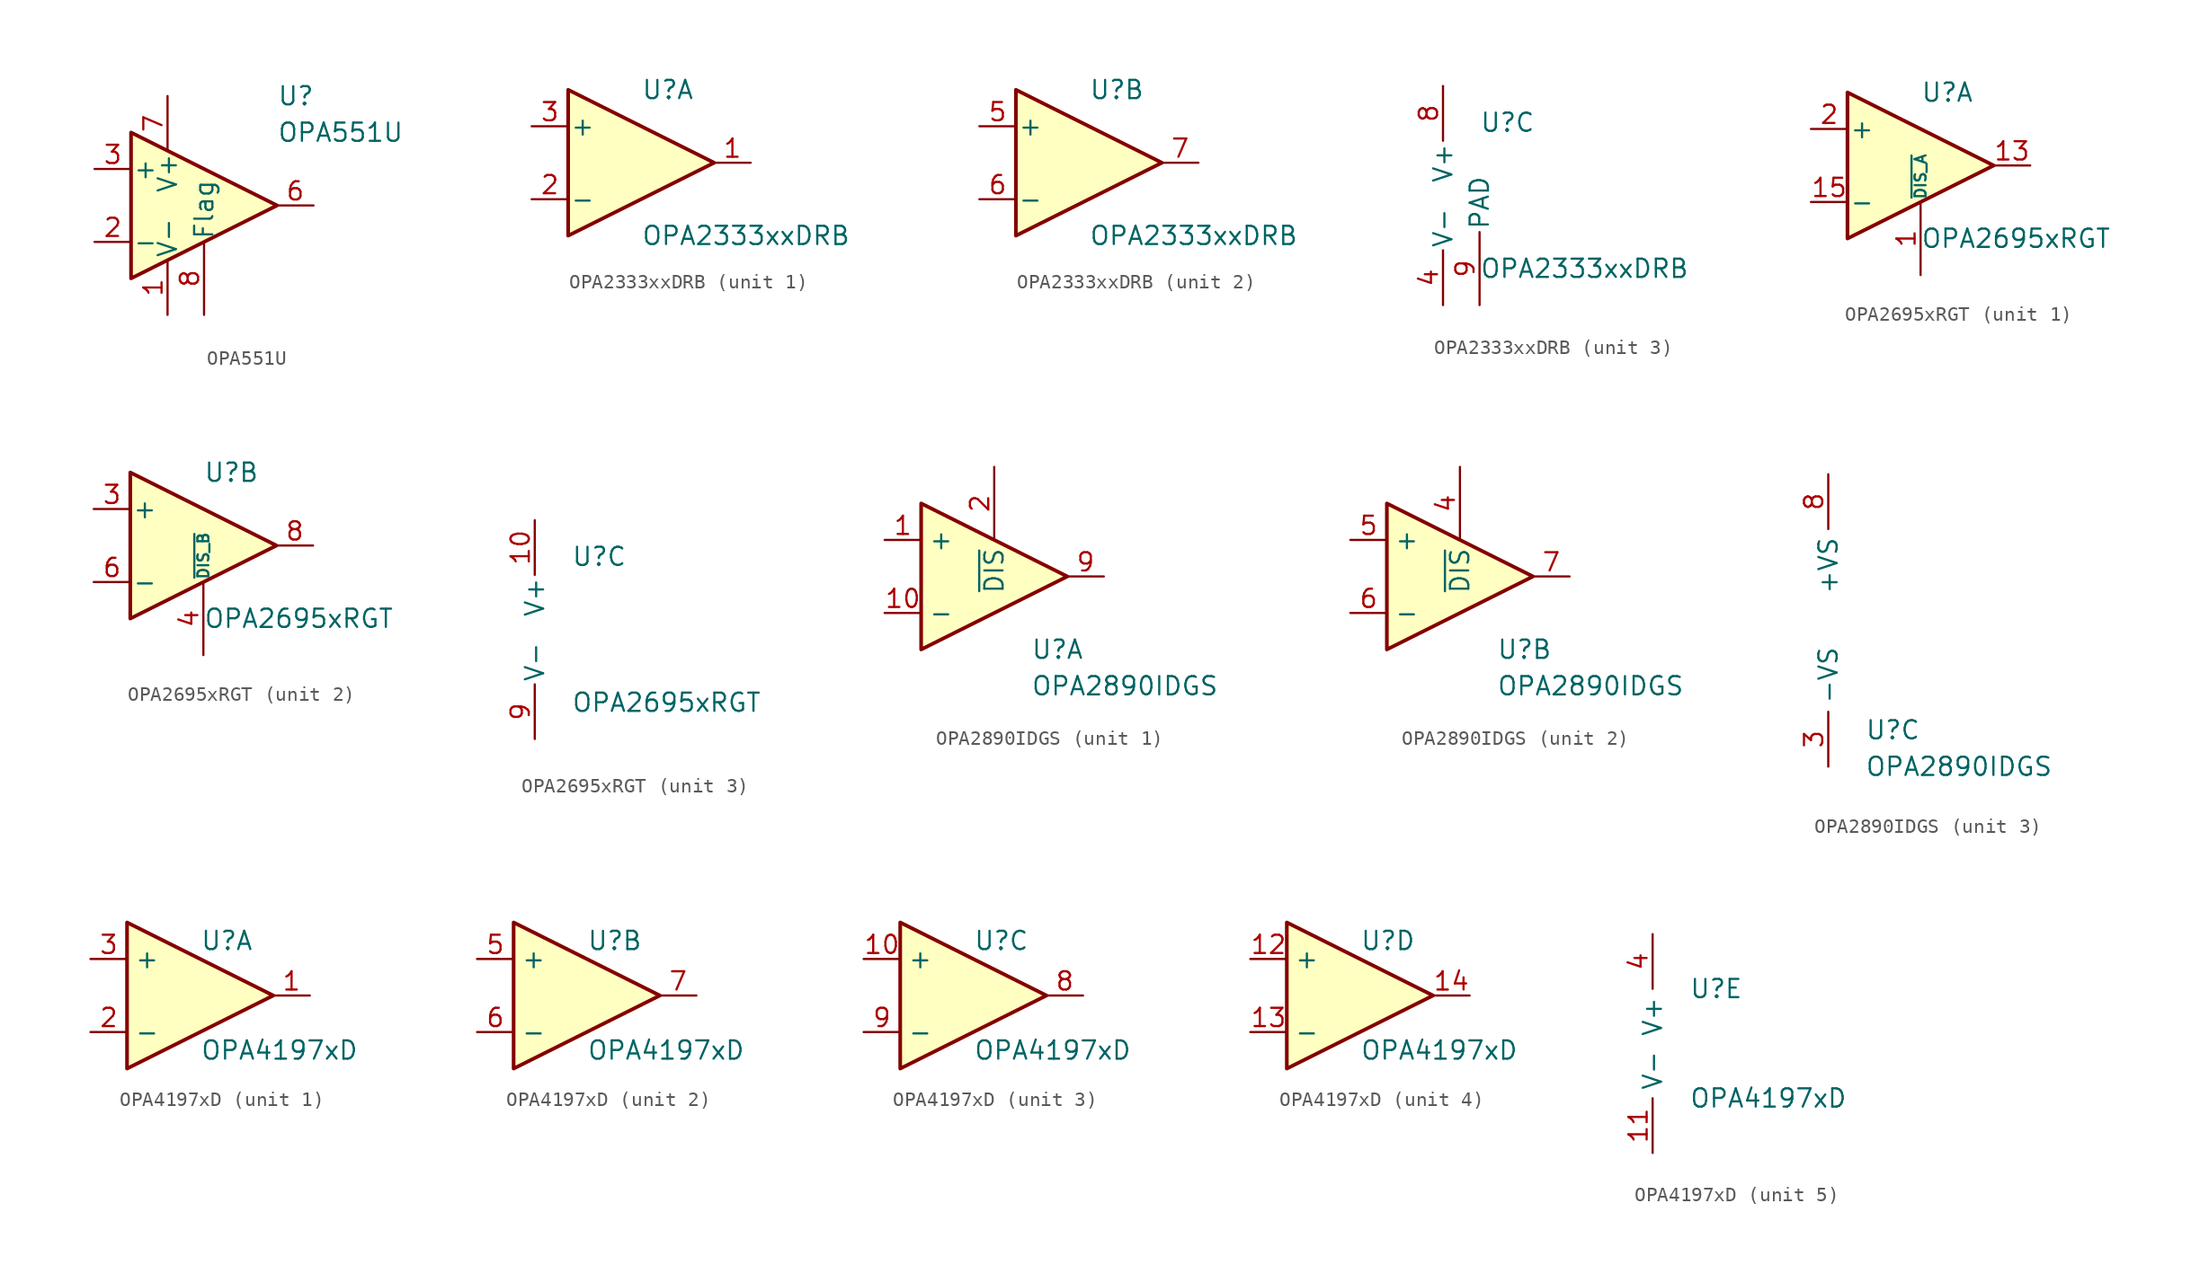
<source format=kicad_sym>
(kicad_symbol_lib
  (version 20241209)
  (generator "kicad_symbol_editor")
  (generator_version "9.0")
  (symbol "OPA551U"
    (pin_names
      (offset 0.127))
    (property "Reference" "U"
      (at 5.08 7.62 0)
      (effects (font (size 1.27 1.27)) (justify left)))
    (property "Value" "OPA551U"
      (at 5.08 5.08 0)
      (effects (font (size 1.27 1.27)) (justify left)))
    (symbol "OPA551U_1_1"
      (polyline (pts (xy -5.08 5.08) (xy 5.08 0) (xy -5.08 -5.08) (xy -5.08 5.08)) (stroke (width 0.254) (type default)) (fill (type background)))
      (pin input line (at -7.62 2.54 0) (length 2.54) (name "+" (effects (font (size 1.27 1.27)))) (number "3" (effects (font (size 1.27 1.27)))))
      (pin input line (at -7.62 -2.54 0) (length 2.54) (name "-" (effects (font (size 1.27 1.27)))) (number "2" (effects (font (size 1.27 1.27)))))
      (pin power_in line (at -2.54 7.62 270) (length 3.81) (name "V+" (effects (font (size 1.27 1.27)))) (number "7" (effects (font (size 1.27 1.27)))))
      (pin power_in line (at -2.54 -7.62 90) (length 3.81) (name "V-" (effects (font (size 1.27 1.27)))) (number "1" (effects (font (size 1.27 1.27)))))
      (pin passive line (at -2.54 -7.62 90) (length 3.81) (hide yes) (name "V-" (effects (font (size 1.27 1.27)))) (number "4" (effects (font (size 1.27 1.27)))))
      (pin passive line (at -2.54 -7.62 90) (length 3.81) (hide yes) (name "V-" (effects (font (size 1.27 1.27)))) (number "5" (effects (font (size 1.27 1.27)))))
      (pin output line (at 0 -7.62 90) (length 5.08) (name "Flag" (effects (font (size 1.27 1.27)))) (number "8" (effects (font (size 1.27 1.27)))))
      (pin output line (at 7.62 0 180) (length 2.54) (name "~" (effects (font (size 1.27 1.27)))) (number "6" (effects (font (size 1.27 1.27)))))))
  (symbol "OPA2333xxDRB"
    (pin_names
      (offset 0.127))
    (property "Reference" "U"
      (at 0 5.08 0)
      (effects (font (size 1.27 1.27)) (justify left)))
    (property "Value" "OPA2333xxDRB"
      (at 0 -5.08 0)
      (effects (font (size 1.27 1.27)) (justify left)))
    (property "ki_locked" ""
      (at 0 0 0)
      (effects (font (size 1.27 1.27))))
    (symbol "OPA2333xxDRB_1_1"
      (polyline (pts (xy -5.08 5.08) (xy 5.08 0) (xy -5.08 -5.08) (xy -5.08 5.08)) (stroke (width 0.254) (type default)) (fill (type background)))
      (pin input line (at -7.62 2.54 0) (length 2.54) (name "+" (effects (font (size 1.27 1.27)))) (number "3" (effects (font (size 1.27 1.27)))))
      (pin input line (at -7.62 -2.54 0) (length 2.54) (name "-" (effects (font (size 1.27 1.27)))) (number "2" (effects (font (size 1.27 1.27)))))
      (pin output line (at 7.62 0 180) (length 2.54) (name "~" (effects (font (size 1.27 1.27)))) (number "1" (effects (font (size 1.27 1.27))))))
    (symbol "OPA2333xxDRB_2_1"
      (polyline (pts (xy -5.08 5.08) (xy 5.08 0) (xy -5.08 -5.08) (xy -5.08 5.08)) (stroke (width 0.254) (type default)) (fill (type background)))
      (pin input line (at -7.62 2.54 0) (length 2.54) (name "+" (effects (font (size 1.27 1.27)))) (number "5" (effects (font (size 1.27 1.27)))))
      (pin input line (at -7.62 -2.54 0) (length 2.54) (name "-" (effects (font (size 1.27 1.27)))) (number "6" (effects (font (size 1.27 1.27)))))
      (pin output line (at 7.62 0 180) (length 2.54) (name "~" (effects (font (size 1.27 1.27)))) (number "7" (effects (font (size 1.27 1.27))))))
    (symbol "OPA2333xxDRB_3_1"
      (pin power_in line (at -2.54 7.62 270) (length 3.81) (name "V+" (effects (font (size 1.27 1.27)))) (number "8" (effects (font (size 1.27 1.27)))))
      (pin power_in line (at -2.54 -7.62 90) (length 3.81) (name "V-" (effects (font (size 1.27 1.27)))) (number "4" (effects (font (size 1.27 1.27)))))
      (pin power_in line (at 0 -7.62 90) (length 5.08) (name "PAD" (effects (font (size 1.27 1.27)))) (number "9" (effects (font (size 1.27 1.27)))))))
  (symbol "OPA2695xRGT"
    (pin_names
      (offset 0.127))
    (property "Reference" "U"
      (at 0 5.08 0)
      (effects (font (size 1.27 1.27)) (justify left)))
    (property "Value" "OPA2695xRGT"
      (at 0 -5.08 0)
      (effects (font (size 1.27 1.27)) (justify left)))
    (property "ki_locked" ""
      (at 0 0 0)
      (effects (font (size 1.27 1.27))))
    (symbol "OPA2695xRGT_1_1"
      (polyline (pts (xy -5.08 5.08) (xy 5.08 0) (xy -5.08 -5.08) (xy -5.08 5.08)) (stroke (width 0.254) (type default)) (fill (type background)))
      (pin input line (at -7.62 2.54 0) (length 2.54) (name "+" (effects (font (size 1.27 1.27)))) (number "2" (effects (font (size 1.27 1.27)))))
      (pin input line (at -7.62 -2.54 0) (length 2.54) (name "-" (effects (font (size 1.27 1.27)))) (number "15" (effects (font (size 1.27 1.27)))))
      (pin no_connect line (at 0 2.54 270) (length 2.54) (hide yes) (name "NC" (effects (font (size 1.27 1.27)))) (number "5" (effects (font (size 1.27 1.27)))))
      (pin no_connect line (at 0 -2.54 90) (length 2.54) (hide yes) (name "NC" (effects (font (size 1.27 1.27)))) (number "14" (effects (font (size 1.27 1.27)))))
      (pin input line (at 0 -7.62 90) (length 5.08) (name "~{DIS_A}" (effects (font (size 0.762 0.762)))) (number "1" (effects (font (size 1.27 1.27)))))
      (pin output line (at 7.62 0 180) (length 2.54) (name "~" (effects (font (size 1.27 1.27)))) (number "13" (effects (font (size 1.27 1.27))))))
    (symbol "OPA2695xRGT_2_1"
      (polyline (pts (xy -5.08 5.08) (xy 5.08 0) (xy -5.08 -5.08) (xy -5.08 5.08)) (stroke (width 0.254) (type default)) (fill (type background)))
      (pin input line (at -7.62 2.54 0) (length 2.54) (name "+" (effects (font (size 1.27 1.27)))) (number "3" (effects (font (size 1.27 1.27)))))
      (pin input line (at -7.62 -2.54 0) (length 2.54) (name "-" (effects (font (size 1.27 1.27)))) (number "6" (effects (font (size 1.27 1.27)))))
      (pin no_connect line (at 0 2.54 270) (length 2.54) (hide yes) (name "NC" (effects (font (size 1.27 1.27)))) (number "7" (effects (font (size 1.27 1.27)))))
      (pin no_connect line (at 0 -2.54 90) (length 2.54) (hide yes) (name "NC" (effects (font (size 1.27 1.27)))) (number "16" (effects (font (size 1.27 1.27)))))
      (pin input line (at 0 -7.62 90) (length 5.08) (name "~{DIS_B}" (effects (font (size 0.762 0.762)))) (number "4" (effects (font (size 1.27 1.27)))))
      (pin output line (at 7.62 0 180) (length 2.54) (name "~" (effects (font (size 1.27 1.27)))) (number "8" (effects (font (size 1.27 1.27))))))
    (symbol "OPA2695xRGT_3_1"
      (pin power_in line (at -2.54 7.62 270) (length 3.81) (name "V+" (effects (font (size 1.27 1.27)))) (number "10" (effects (font (size 1.27 1.27)))))
      (pin passive line (at -2.54 7.62 90) (length 3.81) (hide yes) (name "V+" (effects (font (size 1.27 1.27)))) (number "11" (effects (font (size 1.27 1.27)))))
      (pin passive line (at -2.54 -7.62 90) (length 3.81) (hide yes) (name "V-" (effects (font (size 1.27 1.27)))) (number "12" (effects (font (size 1.27 1.27)))))
      (pin power_in line (at -2.54 -7.62 90) (length 3.81) (name "V-" (effects (font (size 1.27 1.27)))) (number "9" (effects (font (size 1.27 1.27)))))))
  (symbol "OPA2890IDGS"
    (property "Reference" "U"
      (at 2.54 -7.62 0)
      (effects (font (size 1.27 1.27)) (justify left)))
    (property "Value" "OPA2890IDGS"
      (at 2.54 -10.16 0)
      (effects (font (size 1.27 1.27)) (justify left)))
    (property "ki_locked" ""
      (at 0 0 0)
      (effects (font (size 1.27 1.27))))
    (symbol "OPA2890IDGS_1_1"
      (polyline (pts (xy -5.08 2.54) (xy 5.08 -2.54) (xy -5.08 -7.62) (xy -5.08 2.54)) (stroke (width 0.254) (type default)) (fill (type background)))
      (pin input line (at -7.62 0 0) (length 2.54) (name "+" (effects (font (size 1.27 1.27)))) (number "1" (effects (font (size 1.27 1.27)))))
      (pin input line (at -7.62 -5.08 0) (length 2.54) (name "-" (effects (font (size 1.27 1.27)))) (number "10" (effects (font (size 1.27 1.27)))))
      (pin input line (at 0 5.08 270) (length 5.08) (name "~{DIS}" (effects (font (size 1.27 1.27)))) (number "2" (effects (font (size 1.27 1.27)))))
      (pin output line (at 7.62 -2.54 180) (length 2.54) (name "~" (effects (font (size 1.27 1.27)))) (number "9" (effects (font (size 1.27 1.27))))))
    (symbol "OPA2890IDGS_2_1"
      (polyline (pts (xy -5.08 2.54) (xy 5.08 -2.54) (xy -5.08 -7.62) (xy -5.08 2.54)) (stroke (width 0.254) (type default)) (fill (type background)))
      (pin input line (at -7.62 0 0) (length 2.54) (name "+" (effects (font (size 1.27 1.27)))) (number "5" (effects (font (size 1.27 1.27)))))
      (pin input line (at -7.62 -5.08 0) (length 2.54) (name "-" (effects (font (size 1.27 1.27)))) (number "6" (effects (font (size 1.27 1.27)))))
      (pin input line (at 0 5.08 270) (length 5.08) (name "~{DIS}" (effects (font (size 1.27 1.27)))) (number "4" (effects (font (size 1.27 1.27)))))
      (pin output line (at 7.62 -2.54 180) (length 2.54) (name "~" (effects (font (size 1.27 1.27)))) (number "7" (effects (font (size 1.27 1.27))))))
    (symbol "OPA2890IDGS_3_1"
      (pin power_in line (at 0 10.16 270) (length 3.81) (name "+VS" (effects (font (size 1.27 1.27)))) (number "8" (effects (font (size 1.27 1.27)))))
      (pin power_in line (at 0 -10.16 90) (length 3.81) (name "-VS" (effects (font (size 1.27 1.27)))) (number "3" (effects (font (size 1.27 1.27)))))))
  (symbol "OPA4197xD"
    (property "Reference" "U"
      (at 0 3.81 0)
      (effects (font (size 1.27 1.27)) (justify left)))
    (property "Value" "OPA4197xD"
      (at 0 -3.81 0)
      (effects (font (size 1.27 1.27)) (justify left)))
    (property "ki_locked" ""
      (at 0 0 0)
      (effects (font (size 1.27 1.27))))
    (symbol "OPA4197xD_1_1"
      (polyline (pts (xy -5.08 5.08) (xy 5.08 0) (xy -5.08 -5.08) (xy -5.08 5.08)) (stroke (width 0.254) (type default)) (fill (type background)))
      (pin input line (at -7.62 2.54 0) (length 2.54) (name "+" (effects (font (size 1.27 1.27)))) (number "3" (effects (font (size 1.27 1.27)))))
      (pin input line (at -7.62 -2.54 0) (length 2.54) (name "-" (effects (font (size 1.27 1.27)))) (number "2" (effects (font (size 1.27 1.27)))))
      (pin output line (at 7.62 0 180) (length 2.54) (name "~" (effects (font (size 1.27 1.27)))) (number "1" (effects (font (size 1.27 1.27))))))
    (symbol "OPA4197xD_2_1"
      (polyline (pts (xy -5.08 5.08) (xy 5.08 0) (xy -5.08 -5.08) (xy -5.08 5.08)) (stroke (width 0.254) (type default)) (fill (type background)))
      (pin input line (at -7.62 2.54 0) (length 2.54) (name "+" (effects (font (size 1.27 1.27)))) (number "5" (effects (font (size 1.27 1.27)))))
      (pin input line (at -7.62 -2.54 0) (length 2.54) (name "-" (effects (font (size 1.27 1.27)))) (number "6" (effects (font (size 1.27 1.27)))))
      (pin output line (at 7.62 0 180) (length 2.54) (name "~" (effects (font (size 1.27 1.27)))) (number "7" (effects (font (size 1.27 1.27))))))
    (symbol "OPA4197xD_3_1"
      (polyline (pts (xy -5.08 5.08) (xy 5.08 0) (xy -5.08 -5.08) (xy -5.08 5.08)) (stroke (width 0.254) (type default)) (fill (type background)))
      (pin input line (at -7.62 2.54 0) (length 2.54) (name "+" (effects (font (size 1.27 1.27)))) (number "10" (effects (font (size 1.27 1.27)))))
      (pin input line (at -7.62 -2.54 0) (length 2.54) (name "-" (effects (font (size 1.27 1.27)))) (number "9" (effects (font (size 1.27 1.27)))))
      (pin output line (at 7.62 0 180) (length 2.54) (name "~" (effects (font (size 1.27 1.27)))) (number "8" (effects (font (size 1.27 1.27))))))
    (symbol "OPA4197xD_4_1"
      (polyline (pts (xy -5.08 5.08) (xy 5.08 0) (xy -5.08 -5.08) (xy -5.08 5.08)) (stroke (width 0.254) (type default)) (fill (type background)))
      (pin input line (at -7.62 2.54 0) (length 2.54) (name "+" (effects (font (size 1.27 1.27)))) (number "12" (effects (font (size 1.27 1.27)))))
      (pin input line (at -7.62 -2.54 0) (length 2.54) (name "-" (effects (font (size 1.27 1.27)))) (number "13" (effects (font (size 1.27 1.27)))))
      (pin output line (at 7.62 0 180) (length 2.54) (name "~" (effects (font (size 1.27 1.27)))) (number "14" (effects (font (size 1.27 1.27))))))
    (symbol "OPA4197xD_5_1"
      (pin power_in line (at -2.54 7.62 270) (length 3.81) (name "V+" (effects (font (size 1.27 1.27)))) (number "4" (effects (font (size 1.27 1.27)))))
      (pin power_in line (at -2.54 -7.62 90) (length 3.81) (name "V-" (effects (font (size 1.27 1.27)))) (number "11" (effects (font (size 1.27 1.27))))))))
</source>
